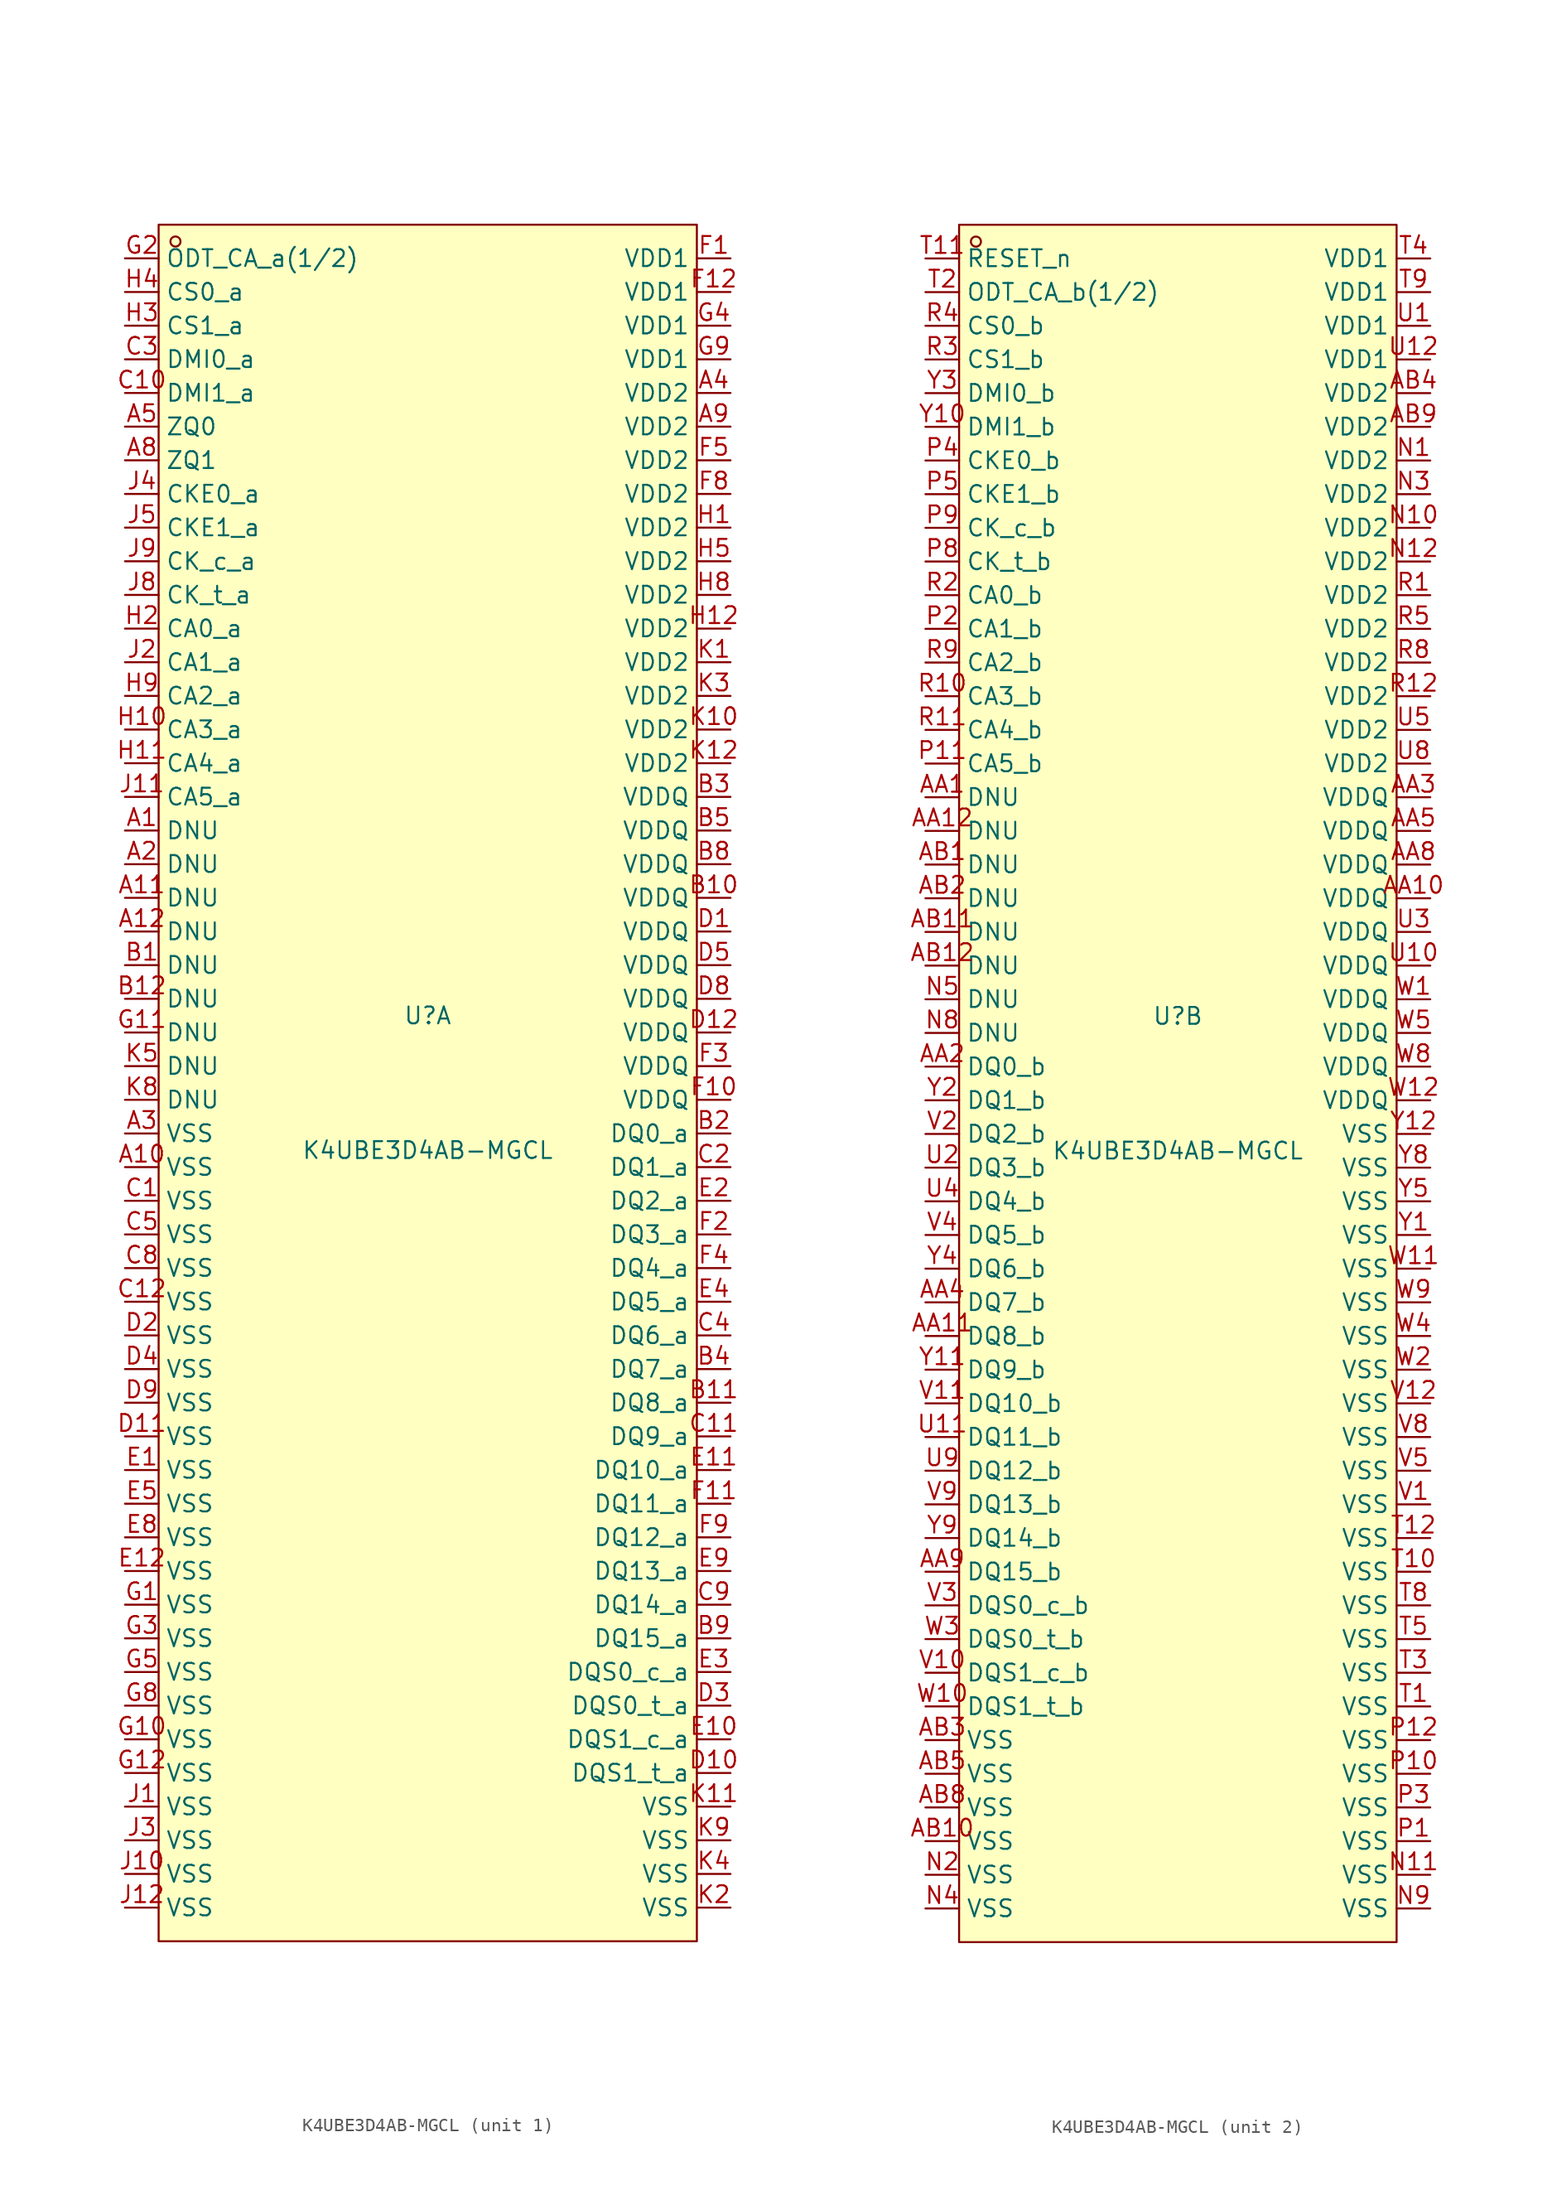
<source format=kicad_sym>
(kicad_symbol_lib
  (version 20241209)
  (generator "kicad_symbol_editor")
  (generator_version "9.0")
  (symbol "K4UBE3D4AB-MGCL"
    (property "Reference" "U"
      (at 0 5.08 0)
      (effects (font (size 1.27 1.27))))
    (property "Value" "K4UBE3D4AB-MGCL"
      (at 0 -5.08 0)
      (effects (font (size 1.27 1.27))))
    (symbol "K4UBE3D4AB-MGCL_1_1"
      (rectangle (start -20.32 64.77) (end 20.32 -64.77) (stroke (width 0) (type default) (color 0 0 0 0)) (fill (type background)))
      (circle (center -19.05 63.50) (radius 0.38) (stroke (width 0) (type default) (color 0 0 0 0)) (fill (type none)))
      (pin unspecified line (at -22.86 62.23 0) (length 2.54) (name "ODT_CA_a(1/2)" (effects (font (size 1.27 1.27)))) (number "G2" (effects (font (size 1.27 1.27)))))
      (pin unspecified line (at -22.86 59.69 0) (length 2.54) (name "CS0_a" (effects (font (size 1.27 1.27)))) (number "H4" (effects (font (size 1.27 1.27)))))
      (pin unspecified line (at -22.86 57.15 0) (length 2.54) (name "CS1_a" (effects (font (size 1.27 1.27)))) (number "H3" (effects (font (size 1.27 1.27)))))
      (pin unspecified line (at -22.86 54.61 0) (length 2.54) (name "DMI0_a" (effects (font (size 1.27 1.27)))) (number "C3" (effects (font (size 1.27 1.27)))))
      (pin unspecified line (at -22.86 52.07 0) (length 2.54) (name "DMI1_a" (effects (font (size 1.27 1.27)))) (number "C10" (effects (font (size 1.27 1.27)))))
      (pin unspecified line (at -22.86 49.53 0) (length 2.54) (name "ZQ0" (effects (font (size 1.27 1.27)))) (number "A5" (effects (font (size 1.27 1.27)))))
      (pin unspecified line (at -22.86 46.99 0) (length 2.54) (name "ZQ1" (effects (font (size 1.27 1.27)))) (number "A8" (effects (font (size 1.27 1.27)))))
      (pin unspecified line (at -22.86 44.45 0) (length 2.54) (name "CKE0_a" (effects (font (size 1.27 1.27)))) (number "J4" (effects (font (size 1.27 1.27)))))
      (pin unspecified line (at -22.86 41.91 0) (length 2.54) (name "CKE1_a" (effects (font (size 1.27 1.27)))) (number "J5" (effects (font (size 1.27 1.27)))))
      (pin unspecified line (at -22.86 39.37 0) (length 2.54) (name "CK_c_a" (effects (font (size 1.27 1.27)))) (number "J9" (effects (font (size 1.27 1.27)))))
      (pin unspecified line (at -22.86 36.83 0) (length 2.54) (name "CK_t_a" (effects (font (size 1.27 1.27)))) (number "J8" (effects (font (size 1.27 1.27)))))
      (pin unspecified line (at -22.86 34.29 0) (length 2.54) (name "CA0_a" (effects (font (size 1.27 1.27)))) (number "H2" (effects (font (size 1.27 1.27)))))
      (pin unspecified line (at -22.86 31.75 0) (length 2.54) (name "CA1_a" (effects (font (size 1.27 1.27)))) (number "J2" (effects (font (size 1.27 1.27)))))
      (pin unspecified line (at -22.86 29.21 0) (length 2.54) (name "CA2_a" (effects (font (size 1.27 1.27)))) (number "H9" (effects (font (size 1.27 1.27)))))
      (pin unspecified line (at -22.86 26.67 0) (length 2.54) (name "CA3_a" (effects (font (size 1.27 1.27)))) (number "H10" (effects (font (size 1.27 1.27)))))
      (pin unspecified line (at -22.86 24.13 0) (length 2.54) (name "CA4_a" (effects (font (size 1.27 1.27)))) (number "H11" (effects (font (size 1.27 1.27)))))
      (pin unspecified line (at -22.86 21.59 0) (length 2.54) (name "CA5_a" (effects (font (size 1.27 1.27)))) (number "J11" (effects (font (size 1.27 1.27)))))
      (pin unspecified line (at -22.86 19.05 0) (length 2.54) (name "DNU" (effects (font (size 1.27 1.27)))) (number "A1" (effects (font (size 1.27 1.27)))))
      (pin unspecified line (at -22.86 16.51 0) (length 2.54) (name "DNU" (effects (font (size 1.27 1.27)))) (number "A2" (effects (font (size 1.27 1.27)))))
      (pin unspecified line (at -22.86 13.97 0) (length 2.54) (name "DNU" (effects (font (size 1.27 1.27)))) (number "A11" (effects (font (size 1.27 1.27)))))
      (pin unspecified line (at -22.86 11.43 0) (length 2.54) (name "DNU" (effects (font (size 1.27 1.27)))) (number "A12" (effects (font (size 1.27 1.27)))))
      (pin unspecified line (at -22.86 8.89 0) (length 2.54) (name "DNU" (effects (font (size 1.27 1.27)))) (number "B1" (effects (font (size 1.27 1.27)))))
      (pin unspecified line (at -22.86 6.35 0) (length 2.54) (name "DNU" (effects (font (size 1.27 1.27)))) (number "B12" (effects (font (size 1.27 1.27)))))
      (pin unspecified line (at -22.86 3.81 0) (length 2.54) (name "DNU" (effects (font (size 1.27 1.27)))) (number "G11" (effects (font (size 1.27 1.27)))))
      (pin unspecified line (at -22.86 1.27 0) (length 2.54) (name "DNU" (effects (font (size 1.27 1.27)))) (number "K5" (effects (font (size 1.27 1.27)))))
      (pin unspecified line (at -22.86 -1.27 0) (length 2.54) (name "DNU" (effects (font (size 1.27 1.27)))) (number "K8" (effects (font (size 1.27 1.27)))))
      (pin unspecified line (at -22.86 -3.81 0) (length 2.54) (name "VSS" (effects (font (size 1.27 1.27)))) (number "A3" (effects (font (size 1.27 1.27)))))
      (pin unspecified line (at -22.86 -6.35 0) (length 2.54) (name "VSS" (effects (font (size 1.27 1.27)))) (number "A10" (effects (font (size 1.27 1.27)))))
      (pin unspecified line (at -22.86 -8.89 0) (length 2.54) (name "VSS" (effects (font (size 1.27 1.27)))) (number "C1" (effects (font (size 1.27 1.27)))))
      (pin unspecified line (at -22.86 -11.43 0) (length 2.54) (name "VSS" (effects (font (size 1.27 1.27)))) (number "C5" (effects (font (size 1.27 1.27)))))
      (pin unspecified line (at -22.86 -13.97 0) (length 2.54) (name "VSS" (effects (font (size 1.27 1.27)))) (number "C8" (effects (font (size 1.27 1.27)))))
      (pin unspecified line (at -22.86 -16.51 0) (length 2.54) (name "VSS" (effects (font (size 1.27 1.27)))) (number "C12" (effects (font (size 1.27 1.27)))))
      (pin unspecified line (at -22.86 -19.05 0) (length 2.54) (name "VSS" (effects (font (size 1.27 1.27)))) (number "D2" (effects (font (size 1.27 1.27)))))
      (pin unspecified line (at -22.86 -21.59 0) (length 2.54) (name "VSS" (effects (font (size 1.27 1.27)))) (number "D4" (effects (font (size 1.27 1.27)))))
      (pin unspecified line (at -22.86 -24.13 0) (length 2.54) (name "VSS" (effects (font (size 1.27 1.27)))) (number "D9" (effects (font (size 1.27 1.27)))))
      (pin unspecified line (at -22.86 -26.67 0) (length 2.54) (name "VSS" (effects (font (size 1.27 1.27)))) (number "D11" (effects (font (size 1.27 1.27)))))
      (pin unspecified line (at -22.86 -29.21 0) (length 2.54) (name "VSS" (effects (font (size 1.27 1.27)))) (number "E1" (effects (font (size 1.27 1.27)))))
      (pin unspecified line (at -22.86 -31.75 0) (length 2.54) (name "VSS" (effects (font (size 1.27 1.27)))) (number "E5" (effects (font (size 1.27 1.27)))))
      (pin unspecified line (at -22.86 -34.29 0) (length 2.54) (name "VSS" (effects (font (size 1.27 1.27)))) (number "E8" (effects (font (size 1.27 1.27)))))
      (pin unspecified line (at -22.86 -36.83 0) (length 2.54) (name "VSS" (effects (font (size 1.27 1.27)))) (number "E12" (effects (font (size 1.27 1.27)))))
      (pin unspecified line (at -22.86 -39.37 0) (length 2.54) (name "VSS" (effects (font (size 1.27 1.27)))) (number "G1" (effects (font (size 1.27 1.27)))))
      (pin unspecified line (at -22.86 -41.91 0) (length 2.54) (name "VSS" (effects (font (size 1.27 1.27)))) (number "G3" (effects (font (size 1.27 1.27)))))
      (pin unspecified line (at -22.86 -44.45 0) (length 2.54) (name "VSS" (effects (font (size 1.27 1.27)))) (number "G5" (effects (font (size 1.27 1.27)))))
      (pin unspecified line (at -22.86 -46.99 0) (length 2.54) (name "VSS" (effects (font (size 1.27 1.27)))) (number "G8" (effects (font (size 1.27 1.27)))))
      (pin unspecified line (at -22.86 -49.53 0) (length 2.54) (name "VSS" (effects (font (size 1.27 1.27)))) (number "G10" (effects (font (size 1.27 1.27)))))
      (pin unspecified line (at -22.86 -52.07 0) (length 2.54) (name "VSS" (effects (font (size 1.27 1.27)))) (number "G12" (effects (font (size 1.27 1.27)))))
      (pin unspecified line (at -22.86 -54.61 0) (length 2.54) (name "VSS" (effects (font (size 1.27 1.27)))) (number "J1" (effects (font (size 1.27 1.27)))))
      (pin unspecified line (at -22.86 -57.15 0) (length 2.54) (name "VSS" (effects (font (size 1.27 1.27)))) (number "J3" (effects (font (size 1.27 1.27)))))
      (pin unspecified line (at -22.86 -59.69 0) (length 2.54) (name "VSS" (effects (font (size 1.27 1.27)))) (number "J10" (effects (font (size 1.27 1.27)))))
      (pin unspecified line (at -22.86 -62.23 0) (length 2.54) (name "VSS" (effects (font (size 1.27 1.27)))) (number "J12" (effects (font (size 1.27 1.27)))))
      (pin unspecified line (at 22.86 -62.23 180) (length 2.54) (name "VSS" (effects (font (size 1.27 1.27)))) (number "K2" (effects (font (size 1.27 1.27)))))
      (pin unspecified line (at 22.86 -59.69 180) (length 2.54) (name "VSS" (effects (font (size 1.27 1.27)))) (number "K4" (effects (font (size 1.27 1.27)))))
      (pin unspecified line (at 22.86 -57.15 180) (length 2.54) (name "VSS" (effects (font (size 1.27 1.27)))) (number "K9" (effects (font (size 1.27 1.27)))))
      (pin unspecified line (at 22.86 -54.61 180) (length 2.54) (name "VSS" (effects (font (size 1.27 1.27)))) (number "K11" (effects (font (size 1.27 1.27)))))
      (pin unspecified line (at 22.86 -52.07 180) (length 2.54) (name "DQS1_t_a" (effects (font (size 1.27 1.27)))) (number "D10" (effects (font (size 1.27 1.27)))))
      (pin unspecified line (at 22.86 -49.53 180) (length 2.54) (name "DQS1_c_a" (effects (font (size 1.27 1.27)))) (number "E10" (effects (font (size 1.27 1.27)))))
      (pin unspecified line (at 22.86 -46.99 180) (length 2.54) (name "DQS0_t_a" (effects (font (size 1.27 1.27)))) (number "D3" (effects (font (size 1.27 1.27)))))
      (pin unspecified line (at 22.86 -44.45 180) (length 2.54) (name "DQS0_c_a" (effects (font (size 1.27 1.27)))) (number "E3" (effects (font (size 1.27 1.27)))))
      (pin unspecified line (at 22.86 -41.91 180) (length 2.54) (name "DQ15_a" (effects (font (size 1.27 1.27)))) (number "B9" (effects (font (size 1.27 1.27)))))
      (pin unspecified line (at 22.86 -39.37 180) (length 2.54) (name "DQ14_a" (effects (font (size 1.27 1.27)))) (number "C9" (effects (font (size 1.27 1.27)))))
      (pin unspecified line (at 22.86 -36.83 180) (length 2.54) (name "DQ13_a" (effects (font (size 1.27 1.27)))) (number "E9" (effects (font (size 1.27 1.27)))))
      (pin unspecified line (at 22.86 -34.29 180) (length 2.54) (name "DQ12_a" (effects (font (size 1.27 1.27)))) (number "F9" (effects (font (size 1.27 1.27)))))
      (pin unspecified line (at 22.86 -31.75 180) (length 2.54) (name "DQ11_a" (effects (font (size 1.27 1.27)))) (number "F11" (effects (font (size 1.27 1.27)))))
      (pin unspecified line (at 22.86 -29.21 180) (length 2.54) (name "DQ10_a" (effects (font (size 1.27 1.27)))) (number "E11" (effects (font (size 1.27 1.27)))))
      (pin unspecified line (at 22.86 -26.67 180) (length 2.54) (name "DQ9_a" (effects (font (size 1.27 1.27)))) (number "C11" (effects (font (size 1.27 1.27)))))
      (pin unspecified line (at 22.86 -24.13 180) (length 2.54) (name "DQ8_a" (effects (font (size 1.27 1.27)))) (number "B11" (effects (font (size 1.27 1.27)))))
      (pin unspecified line (at 22.86 -21.59 180) (length 2.54) (name "DQ7_a" (effects (font (size 1.27 1.27)))) (number "B4" (effects (font (size 1.27 1.27)))))
      (pin unspecified line (at 22.86 -19.05 180) (length 2.54) (name "DQ6_a" (effects (font (size 1.27 1.27)))) (number "C4" (effects (font (size 1.27 1.27)))))
      (pin unspecified line (at 22.86 -16.51 180) (length 2.54) (name "DQ5_a" (effects (font (size 1.27 1.27)))) (number "E4" (effects (font (size 1.27 1.27)))))
      (pin unspecified line (at 22.86 -13.97 180) (length 2.54) (name "DQ4_a" (effects (font (size 1.27 1.27)))) (number "F4" (effects (font (size 1.27 1.27)))))
      (pin unspecified line (at 22.86 -11.43 180) (length 2.54) (name "DQ3_a" (effects (font (size 1.27 1.27)))) (number "F2" (effects (font (size 1.27 1.27)))))
      (pin unspecified line (at 22.86 -8.89 180) (length 2.54) (name "DQ2_a" (effects (font (size 1.27 1.27)))) (number "E2" (effects (font (size 1.27 1.27)))))
      (pin unspecified line (at 22.86 -6.35 180) (length 2.54) (name "DQ1_a" (effects (font (size 1.27 1.27)))) (number "C2" (effects (font (size 1.27 1.27)))))
      (pin unspecified line (at 22.86 -3.81 180) (length 2.54) (name "DQ0_a" (effects (font (size 1.27 1.27)))) (number "B2" (effects (font (size 1.27 1.27)))))
      (pin unspecified line (at 22.86 -1.27 180) (length 2.54) (name "VDDQ" (effects (font (size 1.27 1.27)))) (number "F10" (effects (font (size 1.27 1.27)))))
      (pin unspecified line (at 22.86 1.27 180) (length 2.54) (name "VDDQ" (effects (font (size 1.27 1.27)))) (number "F3" (effects (font (size 1.27 1.27)))))
      (pin unspecified line (at 22.86 3.81 180) (length 2.54) (name "VDDQ" (effects (font (size 1.27 1.27)))) (number "D12" (effects (font (size 1.27 1.27)))))
      (pin unspecified line (at 22.86 6.35 180) (length 2.54) (name "VDDQ" (effects (font (size 1.27 1.27)))) (number "D8" (effects (font (size 1.27 1.27)))))
      (pin unspecified line (at 22.86 8.89 180) (length 2.54) (name "VDDQ" (effects (font (size 1.27 1.27)))) (number "D5" (effects (font (size 1.27 1.27)))))
      (pin unspecified line (at 22.86 11.43 180) (length 2.54) (name "VDDQ" (effects (font (size 1.27 1.27)))) (number "D1" (effects (font (size 1.27 1.27)))))
      (pin unspecified line (at 22.86 13.97 180) (length 2.54) (name "VDDQ" (effects (font (size 1.27 1.27)))) (number "B10" (effects (font (size 1.27 1.27)))))
      (pin unspecified line (at 22.86 16.51 180) (length 2.54) (name "VDDQ" (effects (font (size 1.27 1.27)))) (number "B8" (effects (font (size 1.27 1.27)))))
      (pin unspecified line (at 22.86 19.05 180) (length 2.54) (name "VDDQ" (effects (font (size 1.27 1.27)))) (number "B5" (effects (font (size 1.27 1.27)))))
      (pin unspecified line (at 22.86 21.59 180) (length 2.54) (name "VDDQ" (effects (font (size 1.27 1.27)))) (number "B3" (effects (font (size 1.27 1.27)))))
      (pin unspecified line (at 22.86 24.13 180) (length 2.54) (name "VDD2" (effects (font (size 1.27 1.27)))) (number "K12" (effects (font (size 1.27 1.27)))))
      (pin unspecified line (at 22.86 26.67 180) (length 2.54) (name "VDD2" (effects (font (size 1.27 1.27)))) (number "K10" (effects (font (size 1.27 1.27)))))
      (pin unspecified line (at 22.86 29.21 180) (length 2.54) (name "VDD2" (effects (font (size 1.27 1.27)))) (number "K3" (effects (font (size 1.27 1.27)))))
      (pin unspecified line (at 22.86 31.75 180) (length 2.54) (name "VDD2" (effects (font (size 1.27 1.27)))) (number "K1" (effects (font (size 1.27 1.27)))))
      (pin unspecified line (at 22.86 34.29 180) (length 2.54) (name "VDD2" (effects (font (size 1.27 1.27)))) (number "H12" (effects (font (size 1.27 1.27)))))
      (pin unspecified line (at 22.86 36.83 180) (length 2.54) (name "VDD2" (effects (font (size 1.27 1.27)))) (number "H8" (effects (font (size 1.27 1.27)))))
      (pin unspecified line (at 22.86 39.37 180) (length 2.54) (name "VDD2" (effects (font (size 1.27 1.27)))) (number "H5" (effects (font (size 1.27 1.27)))))
      (pin unspecified line (at 22.86 41.91 180) (length 2.54) (name "VDD2" (effects (font (size 1.27 1.27)))) (number "H1" (effects (font (size 1.27 1.27)))))
      (pin unspecified line (at 22.86 44.45 180) (length 2.54) (name "VDD2" (effects (font (size 1.27 1.27)))) (number "F8" (effects (font (size 1.27 1.27)))))
      (pin unspecified line (at 22.86 46.99 180) (length 2.54) (name "VDD2" (effects (font (size 1.27 1.27)))) (number "F5" (effects (font (size 1.27 1.27)))))
      (pin unspecified line (at 22.86 49.53 180) (length 2.54) (name "VDD2" (effects (font (size 1.27 1.27)))) (number "A9" (effects (font (size 1.27 1.27)))))
      (pin unspecified line (at 22.86 52.07 180) (length 2.54) (name "VDD2" (effects (font (size 1.27 1.27)))) (number "A4" (effects (font (size 1.27 1.27)))))
      (pin unspecified line (at 22.86 54.61 180) (length 2.54) (name "VDD1" (effects (font (size 1.27 1.27)))) (number "G9" (effects (font (size 1.27 1.27)))))
      (pin unspecified line (at 22.86 57.15 180) (length 2.54) (name "VDD1" (effects (font (size 1.27 1.27)))) (number "G4" (effects (font (size 1.27 1.27)))))
      (pin unspecified line (at 22.86 59.69 180) (length 2.54) (name "VDD1" (effects (font (size 1.27 1.27)))) (number "F12" (effects (font (size 1.27 1.27)))))
      (pin unspecified line (at 22.86 62.23 180) (length 2.54) (name "VDD1" (effects (font (size 1.27 1.27)))) (number "F1" (effects (font (size 1.27 1.27))))))
    (symbol "K4UBE3D4AB-MGCL_2_1"
      (rectangle (start -16.51 64.77) (end 16.51 -64.77) (stroke (width 0) (type default) (color 0 0 0 0)) (fill (type background)))
      (circle (center -15.24 63.50) (radius 0.38) (stroke (width 0) (type default) (color 0 0 0 0)) (fill (type none)))
      (pin unspecified line (at -19.05 62.23 0) (length 2.54) (name "RESET_n" (effects (font (size 1.27 1.27)))) (number "T11" (effects (font (size 1.27 1.27)))))
      (pin unspecified line (at -19.05 59.69 0) (length 2.54) (name "ODT_CA_b(1/2)" (effects (font (size 1.27 1.27)))) (number "T2" (effects (font (size 1.27 1.27)))))
      (pin unspecified line (at -19.05 57.15 0) (length 2.54) (name "CS0_b" (effects (font (size 1.27 1.27)))) (number "R4" (effects (font (size 1.27 1.27)))))
      (pin unspecified line (at -19.05 54.61 0) (length 2.54) (name "CS1_b" (effects (font (size 1.27 1.27)))) (number "R3" (effects (font (size 1.27 1.27)))))
      (pin unspecified line (at -19.05 52.07 0) (length 2.54) (name "DMI0_b" (effects (font (size 1.27 1.27)))) (number "Y3" (effects (font (size 1.27 1.27)))))
      (pin unspecified line (at -19.05 49.53 0) (length 2.54) (name "DMI1_b" (effects (font (size 1.27 1.27)))) (number "Y10" (effects (font (size 1.27 1.27)))))
      (pin unspecified line (at -19.05 46.99 0) (length 2.54) (name "CKE0_b" (effects (font (size 1.27 1.27)))) (number "P4" (effects (font (size 1.27 1.27)))))
      (pin unspecified line (at -19.05 44.45 0) (length 2.54) (name "CKE1_b" (effects (font (size 1.27 1.27)))) (number "P5" (effects (font (size 1.27 1.27)))))
      (pin unspecified line (at -19.05 41.91 0) (length 2.54) (name "CK_c_b" (effects (font (size 1.27 1.27)))) (number "P9" (effects (font (size 1.27 1.27)))))
      (pin unspecified line (at -19.05 39.37 0) (length 2.54) (name "CK_t_b" (effects (font (size 1.27 1.27)))) (number "P8" (effects (font (size 1.27 1.27)))))
      (pin unspecified line (at -19.05 36.83 0) (length 2.54) (name "CA0_b" (effects (font (size 1.27 1.27)))) (number "R2" (effects (font (size 1.27 1.27)))))
      (pin unspecified line (at -19.05 34.29 0) (length 2.54) (name "CA1_b" (effects (font (size 1.27 1.27)))) (number "P2" (effects (font (size 1.27 1.27)))))
      (pin unspecified line (at -19.05 31.75 0) (length 2.54) (name "CA2_b" (effects (font (size 1.27 1.27)))) (number "R9" (effects (font (size 1.27 1.27)))))
      (pin unspecified line (at -19.05 29.21 0) (length 2.54) (name "CA3_b" (effects (font (size 1.27 1.27)))) (number "R10" (effects (font (size 1.27 1.27)))))
      (pin unspecified line (at -19.05 26.67 0) (length 2.54) (name "CA4_b" (effects (font (size 1.27 1.27)))) (number "R11" (effects (font (size 1.27 1.27)))))
      (pin unspecified line (at -19.05 24.13 0) (length 2.54) (name "CA5_b" (effects (font (size 1.27 1.27)))) (number "P11" (effects (font (size 1.27 1.27)))))
      (pin unspecified line (at -19.05 21.59 0) (length 2.54) (name "DNU" (effects (font (size 1.27 1.27)))) (number "AA1" (effects (font (size 1.27 1.27)))))
      (pin unspecified line (at -19.05 19.05 0) (length 2.54) (name "DNU" (effects (font (size 1.27 1.27)))) (number "AA12" (effects (font (size 1.27 1.27)))))
      (pin unspecified line (at -19.05 16.51 0) (length 2.54) (name "DNU" (effects (font (size 1.27 1.27)))) (number "AB1" (effects (font (size 1.27 1.27)))))
      (pin unspecified line (at -19.05 13.97 0) (length 2.54) (name "DNU" (effects (font (size 1.27 1.27)))) (number "AB2" (effects (font (size 1.27 1.27)))))
      (pin unspecified line (at -19.05 11.43 0) (length 2.54) (name "DNU" (effects (font (size 1.27 1.27)))) (number "AB11" (effects (font (size 1.27 1.27)))))
      (pin unspecified line (at -19.05 8.89 0) (length 2.54) (name "DNU" (effects (font (size 1.27 1.27)))) (number "AB12" (effects (font (size 1.27 1.27)))))
      (pin unspecified line (at -19.05 6.35 0) (length 2.54) (name "DNU" (effects (font (size 1.27 1.27)))) (number "N5" (effects (font (size 1.27 1.27)))))
      (pin unspecified line (at -19.05 3.81 0) (length 2.54) (name "DNU" (effects (font (size 1.27 1.27)))) (number "N8" (effects (font (size 1.27 1.27)))))
      (pin unspecified line (at -19.05 1.27 0) (length 2.54) (name "DQ0_b" (effects (font (size 1.27 1.27)))) (number "AA2" (effects (font (size 1.27 1.27)))))
      (pin unspecified line (at -19.05 -1.27 0) (length 2.54) (name "DQ1_b" (effects (font (size 1.27 1.27)))) (number "Y2" (effects (font (size 1.27 1.27)))))
      (pin unspecified line (at -19.05 -3.81 0) (length 2.54) (name "DQ2_b" (effects (font (size 1.27 1.27)))) (number "V2" (effects (font (size 1.27 1.27)))))
      (pin unspecified line (at -19.05 -6.35 0) (length 2.54) (name "DQ3_b" (effects (font (size 1.27 1.27)))) (number "U2" (effects (font (size 1.27 1.27)))))
      (pin unspecified line (at -19.05 -8.89 0) (length 2.54) (name "DQ4_b" (effects (font (size 1.27 1.27)))) (number "U4" (effects (font (size 1.27 1.27)))))
      (pin unspecified line (at -19.05 -11.43 0) (length 2.54) (name "DQ5_b" (effects (font (size 1.27 1.27)))) (number "V4" (effects (font (size 1.27 1.27)))))
      (pin unspecified line (at -19.05 -13.97 0) (length 2.54) (name "DQ6_b" (effects (font (size 1.27 1.27)))) (number "Y4" (effects (font (size 1.27 1.27)))))
      (pin unspecified line (at -19.05 -16.51 0) (length 2.54) (name "DQ7_b" (effects (font (size 1.27 1.27)))) (number "AA4" (effects (font (size 1.27 1.27)))))
      (pin unspecified line (at -19.05 -19.05 0) (length 2.54) (name "DQ8_b" (effects (font (size 1.27 1.27)))) (number "AA11" (effects (font (size 1.27 1.27)))))
      (pin unspecified line (at -19.05 -21.59 0) (length 2.54) (name "DQ9_b" (effects (font (size 1.27 1.27)))) (number "Y11" (effects (font (size 1.27 1.27)))))
      (pin unspecified line (at -19.05 -24.13 0) (length 2.54) (name "DQ10_b" (effects (font (size 1.27 1.27)))) (number "V11" (effects (font (size 1.27 1.27)))))
      (pin unspecified line (at -19.05 -26.67 0) (length 2.54) (name "DQ11_b" (effects (font (size 1.27 1.27)))) (number "U11" (effects (font (size 1.27 1.27)))))
      (pin unspecified line (at -19.05 -29.21 0) (length 2.54) (name "DQ12_b" (effects (font (size 1.27 1.27)))) (number "U9" (effects (font (size 1.27 1.27)))))
      (pin unspecified line (at -19.05 -31.75 0) (length 2.54) (name "DQ13_b" (effects (font (size 1.27 1.27)))) (number "V9" (effects (font (size 1.27 1.27)))))
      (pin unspecified line (at -19.05 -34.29 0) (length 2.54) (name "DQ14_b" (effects (font (size 1.27 1.27)))) (number "Y9" (effects (font (size 1.27 1.27)))))
      (pin unspecified line (at -19.05 -36.83 0) (length 2.54) (name "DQ15_b" (effects (font (size 1.27 1.27)))) (number "AA9" (effects (font (size 1.27 1.27)))))
      (pin unspecified line (at -19.05 -39.37 0) (length 2.54) (name "DQS0_c_b" (effects (font (size 1.27 1.27)))) (number "V3" (effects (font (size 1.27 1.27)))))
      (pin unspecified line (at -19.05 -41.91 0) (length 2.54) (name "DQS0_t_b" (effects (font (size 1.27 1.27)))) (number "W3" (effects (font (size 1.27 1.27)))))
      (pin unspecified line (at -19.05 -44.45 0) (length 2.54) (name "DQS1_c_b" (effects (font (size 1.27 1.27)))) (number "V10" (effects (font (size 1.27 1.27)))))
      (pin unspecified line (at -19.05 -46.99 0) (length 2.54) (name "DQS1_t_b" (effects (font (size 1.27 1.27)))) (number "W10" (effects (font (size 1.27 1.27)))))
      (pin unspecified line (at -19.05 -49.53 0) (length 2.54) (name "VSS" (effects (font (size 1.27 1.27)))) (number "AB3" (effects (font (size 1.27 1.27)))))
      (pin unspecified line (at -19.05 -52.07 0) (length 2.54) (name "VSS" (effects (font (size 1.27 1.27)))) (number "AB5" (effects (font (size 1.27 1.27)))))
      (pin unspecified line (at -19.05 -54.61 0) (length 2.54) (name "VSS" (effects (font (size 1.27 1.27)))) (number "AB8" (effects (font (size 1.27 1.27)))))
      (pin unspecified line (at -19.05 -57.15 0) (length 2.54) (name "VSS" (effects (font (size 1.27 1.27)))) (number "AB10" (effects (font (size 1.27 1.27)))))
      (pin unspecified line (at -19.05 -59.69 0) (length 2.54) (name "VSS" (effects (font (size 1.27 1.27)))) (number "N2" (effects (font (size 1.27 1.27)))))
      (pin unspecified line (at -19.05 -62.23 0) (length 2.54) (name "VSS" (effects (font (size 1.27 1.27)))) (number "N4" (effects (font (size 1.27 1.27)))))
      (pin unspecified line (at 19.05 -62.23 180) (length 2.54) (name "VSS" (effects (font (size 1.27 1.27)))) (number "N9" (effects (font (size 1.27 1.27)))))
      (pin unspecified line (at 19.05 -59.69 180) (length 2.54) (name "VSS" (effects (font (size 1.27 1.27)))) (number "N11" (effects (font (size 1.27 1.27)))))
      (pin unspecified line (at 19.05 -57.15 180) (length 2.54) (name "VSS" (effects (font (size 1.27 1.27)))) (number "P1" (effects (font (size 1.27 1.27)))))
      (pin unspecified line (at 19.05 -54.61 180) (length 2.54) (name "VSS" (effects (font (size 1.27 1.27)))) (number "P3" (effects (font (size 1.27 1.27)))))
      (pin unspecified line (at 19.05 -52.07 180) (length 2.54) (name "VSS" (effects (font (size 1.27 1.27)))) (number "P10" (effects (font (size 1.27 1.27)))))
      (pin unspecified line (at 19.05 -49.53 180) (length 2.54) (name "VSS" (effects (font (size 1.27 1.27)))) (number "P12" (effects (font (size 1.27 1.27)))))
      (pin unspecified line (at 19.05 -46.99 180) (length 2.54) (name "VSS" (effects (font (size 1.27 1.27)))) (number "T1" (effects (font (size 1.27 1.27)))))
      (pin unspecified line (at 19.05 -44.45 180) (length 2.54) (name "VSS" (effects (font (size 1.27 1.27)))) (number "T3" (effects (font (size 1.27 1.27)))))
      (pin unspecified line (at 19.05 -41.91 180) (length 2.54) (name "VSS" (effects (font (size 1.27 1.27)))) (number "T5" (effects (font (size 1.27 1.27)))))
      (pin unspecified line (at 19.05 -39.37 180) (length 2.54) (name "VSS" (effects (font (size 1.27 1.27)))) (number "T8" (effects (font (size 1.27 1.27)))))
      (pin unspecified line (at 19.05 -36.83 180) (length 2.54) (name "VSS" (effects (font (size 1.27 1.27)))) (number "T10" (effects (font (size 1.27 1.27)))))
      (pin unspecified line (at 19.05 -34.29 180) (length 2.54) (name "VSS" (effects (font (size 1.27 1.27)))) (number "T12" (effects (font (size 1.27 1.27)))))
      (pin unspecified line (at 19.05 -31.75 180) (length 2.54) (name "VSS" (effects (font (size 1.27 1.27)))) (number "V1" (effects (font (size 1.27 1.27)))))
      (pin unspecified line (at 19.05 -29.21 180) (length 2.54) (name "VSS" (effects (font (size 1.27 1.27)))) (number "V5" (effects (font (size 1.27 1.27)))))
      (pin unspecified line (at 19.05 -26.67 180) (length 2.54) (name "VSS" (effects (font (size 1.27 1.27)))) (number "V8" (effects (font (size 1.27 1.27)))))
      (pin unspecified line (at 19.05 -24.13 180) (length 2.54) (name "VSS" (effects (font (size 1.27 1.27)))) (number "V12" (effects (font (size 1.27 1.27)))))
      (pin unspecified line (at 19.05 -21.59 180) (length 2.54) (name "VSS" (effects (font (size 1.27 1.27)))) (number "W2" (effects (font (size 1.27 1.27)))))
      (pin unspecified line (at 19.05 -19.05 180) (length 2.54) (name "VSS" (effects (font (size 1.27 1.27)))) (number "W4" (effects (font (size 1.27 1.27)))))
      (pin unspecified line (at 19.05 -16.51 180) (length 2.54) (name "VSS" (effects (font (size 1.27 1.27)))) (number "W9" (effects (font (size 1.27 1.27)))))
      (pin unspecified line (at 19.05 -13.97 180) (length 2.54) (name "VSS" (effects (font (size 1.27 1.27)))) (number "W11" (effects (font (size 1.27 1.27)))))
      (pin unspecified line (at 19.05 -11.43 180) (length 2.54) (name "VSS" (effects (font (size 1.27 1.27)))) (number "Y1" (effects (font (size 1.27 1.27)))))
      (pin unspecified line (at 19.05 -8.89 180) (length 2.54) (name "VSS" (effects (font (size 1.27 1.27)))) (number "Y5" (effects (font (size 1.27 1.27)))))
      (pin unspecified line (at 19.05 -6.35 180) (length 2.54) (name "VSS" (effects (font (size 1.27 1.27)))) (number "Y8" (effects (font (size 1.27 1.27)))))
      (pin unspecified line (at 19.05 -3.81 180) (length 2.54) (name "VSS" (effects (font (size 1.27 1.27)))) (number "Y12" (effects (font (size 1.27 1.27)))))
      (pin unspecified line (at 19.05 -1.27 180) (length 2.54) (name "VDDQ" (effects (font (size 1.27 1.27)))) (number "W12" (effects (font (size 1.27 1.27)))))
      (pin unspecified line (at 19.05 1.27 180) (length 2.54) (name "VDDQ" (effects (font (size 1.27 1.27)))) (number "W8" (effects (font (size 1.27 1.27)))))
      (pin unspecified line (at 19.05 3.81 180) (length 2.54) (name "VDDQ" (effects (font (size 1.27 1.27)))) (number "W5" (effects (font (size 1.27 1.27)))))
      (pin unspecified line (at 19.05 6.35 180) (length 2.54) (name "VDDQ" (effects (font (size 1.27 1.27)))) (number "W1" (effects (font (size 1.27 1.27)))))
      (pin unspecified line (at 19.05 8.89 180) (length 2.54) (name "VDDQ" (effects (font (size 1.27 1.27)))) (number "U10" (effects (font (size 1.27 1.27)))))
      (pin unspecified line (at 19.05 11.43 180) (length 2.54) (name "VDDQ" (effects (font (size 1.27 1.27)))) (number "U3" (effects (font (size 1.27 1.27)))))
      (pin unspecified line (at 19.05 13.97 180) (length 2.54) (name "VDDQ" (effects (font (size 1.27 1.27)))) (number "AA10" (effects (font (size 1.27 1.27)))))
      (pin unspecified line (at 19.05 16.51 180) (length 2.54) (name "VDDQ" (effects (font (size 1.27 1.27)))) (number "AA8" (effects (font (size 1.27 1.27)))))
      (pin unspecified line (at 19.05 19.05 180) (length 2.54) (name "VDDQ" (effects (font (size 1.27 1.27)))) (number "AA5" (effects (font (size 1.27 1.27)))))
      (pin unspecified line (at 19.05 21.59 180) (length 2.54) (name "VDDQ" (effects (font (size 1.27 1.27)))) (number "AA3" (effects (font (size 1.27 1.27)))))
      (pin unspecified line (at 19.05 24.13 180) (length 2.54) (name "VDD2" (effects (font (size 1.27 1.27)))) (number "U8" (effects (font (size 1.27 1.27)))))
      (pin unspecified line (at 19.05 26.67 180) (length 2.54) (name "VDD2" (effects (font (size 1.27 1.27)))) (number "U5" (effects (font (size 1.27 1.27)))))
      (pin unspecified line (at 19.05 29.21 180) (length 2.54) (name "VDD2" (effects (font (size 1.27 1.27)))) (number "R12" (effects (font (size 1.27 1.27)))))
      (pin unspecified line (at 19.05 31.75 180) (length 2.54) (name "VDD2" (effects (font (size 1.27 1.27)))) (number "R8" (effects (font (size 1.27 1.27)))))
      (pin unspecified line (at 19.05 34.29 180) (length 2.54) (name "VDD2" (effects (font (size 1.27 1.27)))) (number "R5" (effects (font (size 1.27 1.27)))))
      (pin unspecified line (at 19.05 36.83 180) (length 2.54) (name "VDD2" (effects (font (size 1.27 1.27)))) (number "R1" (effects (font (size 1.27 1.27)))))
      (pin unspecified line (at 19.05 39.37 180) (length 2.54) (name "VDD2" (effects (font (size 1.27 1.27)))) (number "N12" (effects (font (size 1.27 1.27)))))
      (pin unspecified line (at 19.05 41.91 180) (length 2.54) (name "VDD2" (effects (font (size 1.27 1.27)))) (number "N10" (effects (font (size 1.27 1.27)))))
      (pin unspecified line (at 19.05 44.45 180) (length 2.54) (name "VDD2" (effects (font (size 1.27 1.27)))) (number "N3" (effects (font (size 1.27 1.27)))))
      (pin unspecified line (at 19.05 46.99 180) (length 2.54) (name "VDD2" (effects (font (size 1.27 1.27)))) (number "N1" (effects (font (size 1.27 1.27)))))
      (pin unspecified line (at 19.05 49.53 180) (length 2.54) (name "VDD2" (effects (font (size 1.27 1.27)))) (number "AB9" (effects (font (size 1.27 1.27)))))
      (pin unspecified line (at 19.05 52.07 180) (length 2.54) (name "VDD2" (effects (font (size 1.27 1.27)))) (number "AB4" (effects (font (size 1.27 1.27)))))
      (pin unspecified line (at 19.05 54.61 180) (length 2.54) (name "VDD1" (effects (font (size 1.27 1.27)))) (number "U12" (effects (font (size 1.27 1.27)))))
      (pin unspecified line (at 19.05 57.15 180) (length 2.54) (name "VDD1" (effects (font (size 1.27 1.27)))) (number "U1" (effects (font (size 1.27 1.27)))))
      (pin unspecified line (at 19.05 59.69 180) (length 2.54) (name "VDD1" (effects (font (size 1.27 1.27)))) (number "T9" (effects (font (size 1.27 1.27)))))
      (pin unspecified line (at 19.05 62.23 180) (length 2.54) (name "VDD1" (effects (font (size 1.27 1.27)))) (number "T4" (effects (font (size 1.27 1.27))))))))
</source>
